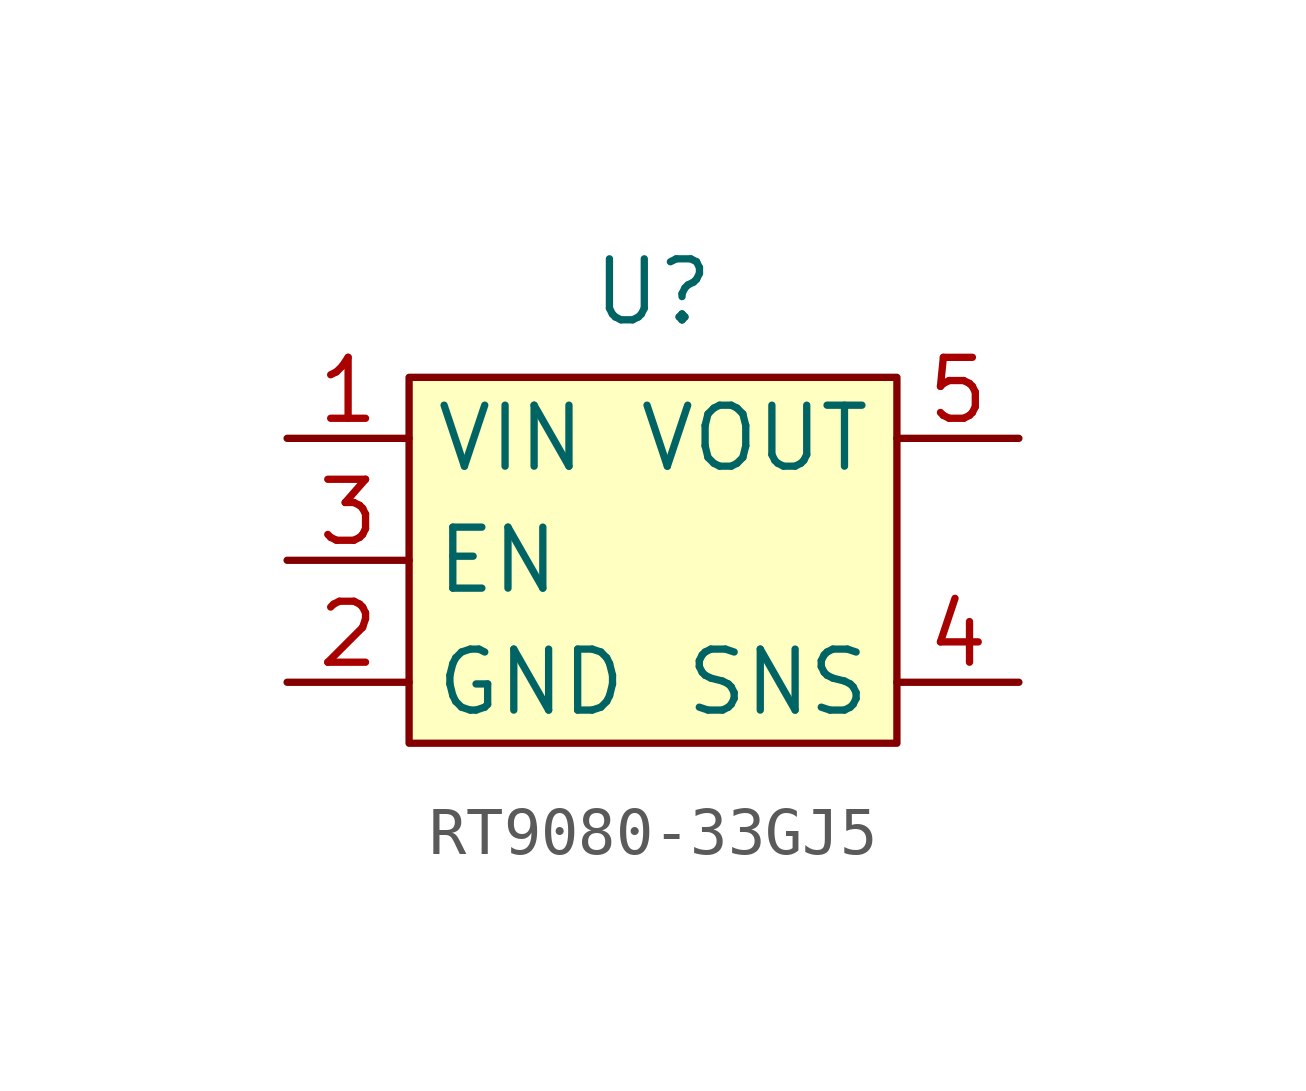
<source format=kicad_sym>
(kicad_symbol_lib
  (version 20231120)
  (generator "kicad_symbol_editor")
  (generator_version "8.0")
  (symbol "RT9080-33GJ5"
    (property "Reference" "U"
      (at 0 -0.762 0)
      (effects (font (size 1.27 1.27))))
    (property "Value" ""
      (at 0 0 0)
      (effects (font (size 1.27 1.27))))
    (symbol "RT9080-33GJ5_1_1"
      (rectangle (start -5.08 -2.54) (end 5.08 -10.16) (stroke (width 0) (type default)) (fill (type background)))
      (pin passive line (at -7.62 -3.81 0) (length 2.54) (name "VIN" (effects (font (size 1.27 1.27)))) (number "1" (effects (font (size 1.27 1.27)))))
      (pin passive line (at -7.62 -8.89 0) (length 2.54) (name "GND" (effects (font (size 1.27 1.27)))) (number "2" (effects (font (size 1.27 1.27)))))
      (pin passive line (at -7.62 -6.35 0) (length 2.54) (name "EN" (effects (font (size 1.27 1.27)))) (number "3" (effects (font (size 1.27 1.27)))))
      (pin passive line (at 7.62 -8.89 180) (length 2.54) (name "SNS" (effects (font (size 1.27 1.27)))) (number "4" (effects (font (size 1.27 1.27)))))
      (pin passive line (at 7.62 -3.81 180) (length 2.54) (name "VOUT" (effects (font (size 1.27 1.27)))) (number "5" (effects (font (size 1.27 1.27))))))))
</source>
